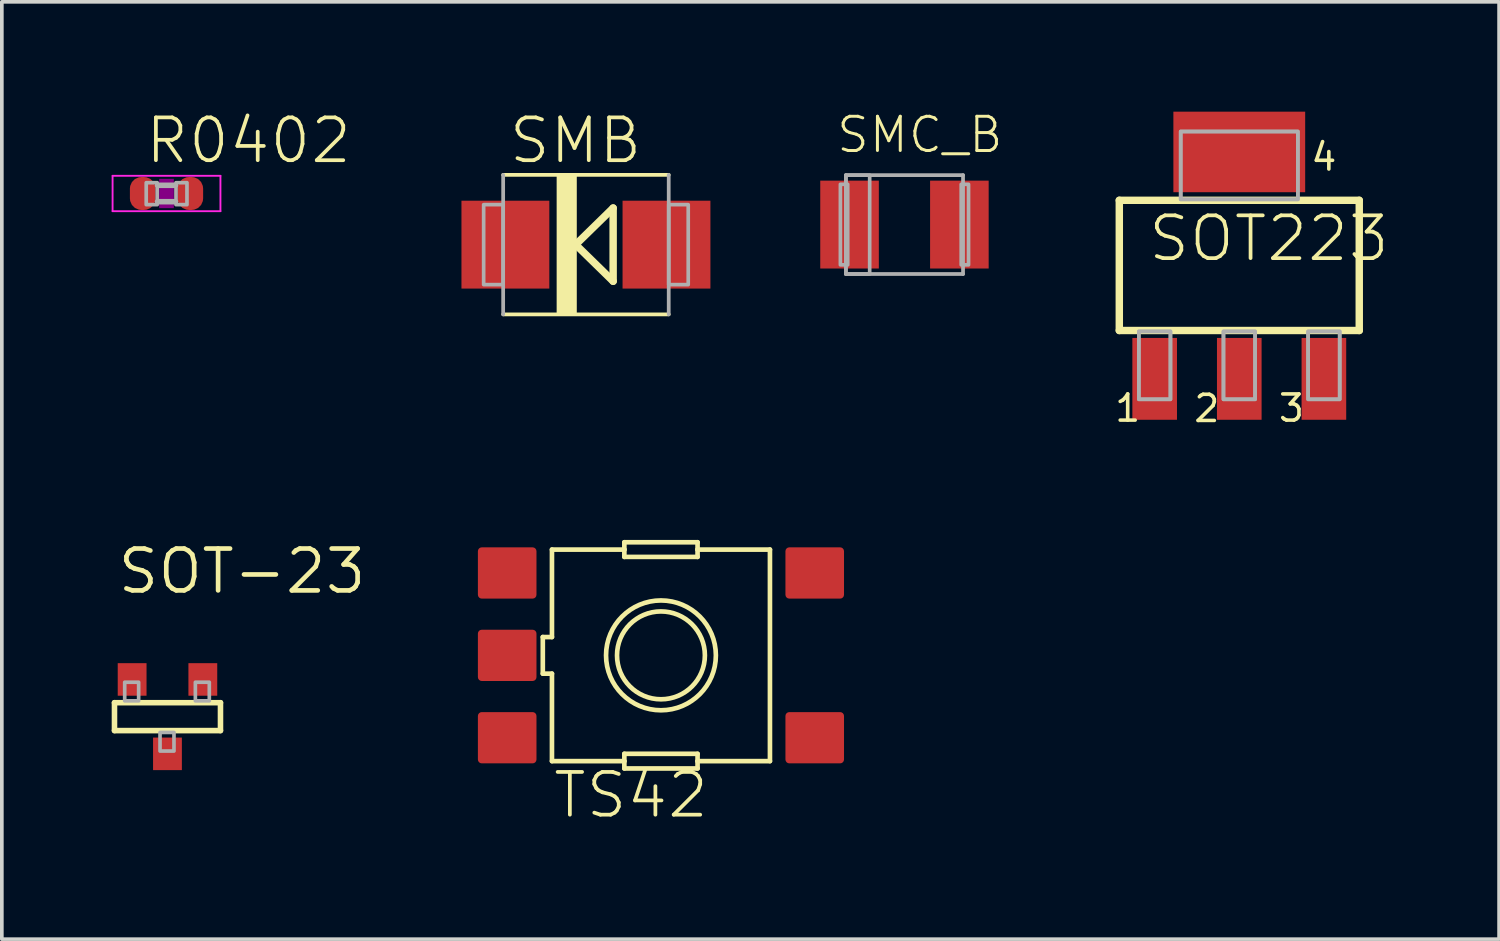
<source format=kicad_pcb>
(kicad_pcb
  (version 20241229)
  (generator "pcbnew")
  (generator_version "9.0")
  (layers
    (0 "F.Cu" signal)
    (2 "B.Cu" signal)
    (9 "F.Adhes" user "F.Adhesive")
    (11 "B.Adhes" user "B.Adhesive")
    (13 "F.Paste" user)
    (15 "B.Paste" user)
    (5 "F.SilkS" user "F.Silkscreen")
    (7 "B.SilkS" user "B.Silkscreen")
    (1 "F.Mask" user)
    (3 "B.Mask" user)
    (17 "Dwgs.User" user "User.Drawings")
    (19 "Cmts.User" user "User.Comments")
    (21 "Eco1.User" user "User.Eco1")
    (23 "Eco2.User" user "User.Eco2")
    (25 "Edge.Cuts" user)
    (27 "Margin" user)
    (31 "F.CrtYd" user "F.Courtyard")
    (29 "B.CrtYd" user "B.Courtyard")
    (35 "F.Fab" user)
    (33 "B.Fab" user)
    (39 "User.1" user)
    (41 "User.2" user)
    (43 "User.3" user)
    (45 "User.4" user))
  (footprint "SMC_B"
    (layer "F.Cu")
    (at 21.654 3.084)
    (property "Reference" "SMC_B" (at -1.905 -1.905 0) (layer "F.SilkS") (effects (font (size 0.935 0.935) (thickness 0.081)) (justify left bottom)))
    (fp_line (start -1.6 -1.35) (end 1.6 -1.35) (stroke (width 0.102) (type solid)) (layer "F.Fab"))
    (fp_line (start -1.6 1.35) (end -1.6 -1.35) (stroke (width 0.102) (type solid)) (layer "F.Fab"))
    (fp_line (start 1.6 -1.35) (end 1.6 1.35) (stroke (width 0.102) (type solid)) (layer "F.Fab"))
    (fp_line (start 1.6 1.35) (end -1.6 1.35) (stroke (width 0.102) (type solid)) (layer "F.Fab"))
    (fp_poly (pts (xy -1.75 1.1) (xy -1.55 1.1) (xy -1.55 -1.1) (xy -1.75 -1.1)) (stroke (width 0.1) (type solid)) (fill no) (layer "F.Fab"))
    (fp_poly (pts (xy -1.6 1.35) (xy -0.95 1.35) (xy -0.95 -1.35) (xy -1.6 -1.35)) (stroke (width 0.1) (type solid)) (fill no) (layer "F.Fab"))
    (fp_poly (pts (xy 1.75 -1.1) (xy 1.55 -1.1) (xy 1.55 1.1) (xy 1.75 1.1)) (stroke (width 0.1) (type solid)) (fill no) (layer "F.Fab"))
    (pad "+" smd rect (at -1.5 0) (size 1.6 2.4) (layers "F.Cu" "F.Mask" "F.Paste"))
    (pad "-" smd rect (at 1.5 0 180) (size 1.6 2.4) (layers "F.Cu" "F.Mask" "F.Paste")))
  (footprint "TS42"
    (layer "F.Cu")
    (at 15.003 14.85)
    (property "Reference" "TS42" (at -3 4.5 0) (layer "F.SilkS") (effects (font (size 1.168 1.168) (thickness 0.102)) (justify left bottom)))
    (fp_line (start -3.227 -0.5) (end -3.227 0.5) (stroke (width 0.127) (type solid)) (layer "F.SilkS"))
    (fp_line (start -3.227 0.5) (end -2.977 0.5) (stroke (width 0.127) (type solid)) (layer "F.SilkS"))
    (fp_line (start -2.977 -2.889) (end -2.977 -0.5) (stroke (width 0.127) (type solid)) (layer "F.SilkS"))
    (fp_line (start -2.977 -2.889) (end -1 -2.889) (stroke (width 0.127) (type solid)) (layer "F.SilkS"))
    (fp_line (start -2.977 -0.5) (end -3.227 -0.5) (stroke (width 0.127) (type solid)) (layer "F.SilkS"))
    (fp_line (start -2.977 0.5) (end -2.977 2.889) (stroke (width 0.127) (type solid)) (layer "F.SilkS"))
    (fp_line (start -1 -3.089) (end -1 -2.889) (stroke (width 0.127) (type solid)) (layer "F.SilkS"))
    (fp_line (start -1 -2.889) (end -1 -2.689) (stroke (width 0.127) (type solid)) (layer "F.SilkS"))
    (fp_line (start -1 -2.689) (end 1 -2.689) (stroke (width 0.127) (type solid)) (layer "F.SilkS"))
    (fp_line (start -1 2.689) (end -1 2.889) (stroke (width 0.127) (type solid)) (layer "F.SilkS"))
    (fp_line (start -1 2.889) (end -2.977 2.889) (stroke (width 0.127) (type solid)) (layer "F.SilkS"))
    (fp_line (start -1 2.889) (end -1 3.089) (stroke (width 0.127) (type solid)) (layer "F.SilkS"))
    (fp_line (start -1 3.089) (end 1 3.089) (stroke (width 0.127) (type solid)) (layer "F.SilkS"))
    (fp_line (start 1 -3.089) (end -1 -3.089) (stroke (width 0.127) (type solid)) (layer "F.SilkS"))
    (fp_line (start 1 -2.889) (end 1 -3.089) (stroke (width 0.127) (type solid)) (layer "F.SilkS"))
    (fp_line (start 1 -2.889) (end 2.977 -2.889) (stroke (width 0.127) (type solid)) (layer "F.SilkS"))
    (fp_line (start 1 -2.689) (end 1 -2.889) (stroke (width 0.127) (type solid)) (layer "F.SilkS"))
    (fp_line (start 1 2.689) (end -1 2.689) (stroke (width 0.127) (type solid)) (layer "F.SilkS"))
    (fp_line (start 1 2.889) (end 1 2.689) (stroke (width 0.127) (type solid)) (layer "F.SilkS"))
    (fp_line (start 1 2.889) (end 2.977 2.889) (stroke (width 0.127) (type solid)) (layer "F.SilkS"))
    (fp_line (start 1 3.089) (end 1 2.889) (stroke (width 0.127) (type solid)) (layer "F.SilkS"))
    (fp_line (start 2.977 2.889) (end 2.977 -2.889) (stroke (width 0.127) (type solid)) (layer "F.SilkS"))
    (fp_circle (center 0 0) (end 1.2 0) (stroke (width 0.127) (type solid)) (fill no) (layer "F.SilkS"))
    (fp_circle (center 0 0) (end 1.5 0) (stroke (width 0.127) (type solid)) (fill no) (layer "F.SilkS"))
    (fp_poly (pts (xy -4.699 0.381) (xy -3.81 0.381) (xy -3.81 -0.381) (xy -4.699 -0.381)) (stroke (width 0) (type solid)) (fill yes) (layer "F.Paste"))
    (pad "1" smd roundrect (at -4.2 -2.25) (size 1.6 1.4) (layers "F.Cu" "F.Mask" "F.Paste") (roundrect_rratio 0.075))
    (pad "2" smd roundrect (at 4.2 -2.25) (size 1.6 1.4) (layers "F.Cu" "F.Mask" "F.Paste") (roundrect_rratio 0.075))
    (pad "3" smd roundrect (at -4.2 2.25) (size 1.6 1.4) (layers "F.Cu" "F.Mask" "F.Paste") (roundrect_rratio 0.075))
    (pad "4" smd roundrect (at 4.2 2.25) (size 1.6 1.4) (layers "F.Cu" "F.Mask" "F.Paste") (roundrect_rratio 0.075))
    (pad "5" smd roundrect (at -4.2 0) (size 1.6 1.4) (layers "F.Cu" "F.Mask") (roundrect_rratio 0.075)))
  (footprint "SMB"
    (layer "F.Cu")
    (at 12.954 3.632)
    (property "Reference" "SMB" (at -2.159 -2.159 0) (layer "F.SilkS") (effects (font (size 1.168 1.168) (thickness 0.102)) (justify left bottom)))
    (fp_line (start -2.261 -1.905) (end 2.261 -1.905) (stroke (width 0.102) (type solid)) (layer "F.SilkS"))
    (fp_line (start -2.261 1.905) (end 2.261 1.905) (stroke (width 0.102) (type solid)) (layer "F.SilkS"))
    (fp_line (start -0.28 0) (end 0.743 1) (stroke (width 0.203) (type solid)) (layer "F.SilkS"))
    (fp_line (start 0.743 -1) (end -0.28 0) (stroke (width 0.203) (type solid)) (layer "F.SilkS"))
    (fp_line (start 0.743 1) (end 0.743 -1) (stroke (width 0.203) (type solid)) (layer "F.SilkS"))
    (fp_poly (pts (xy -0.8 1.9) (xy -0.25 1.9) (xy -0.25 -1.9) (xy -0.8 -1.9)) (stroke (width 0) (type solid)) (fill yes) (layer "F.SilkS"))
    (fp_line (start -2.261 1.905) (end -2.261 -1.905) (stroke (width 0.102) (type solid)) (layer "F.Fab"))
    (fp_line (start 2.261 1.905) (end 2.261 -1.905) (stroke (width 0.102) (type solid)) (layer "F.Fab"))
    (fp_poly (pts (xy -2.794 1.092) (xy -2.261 1.092) (xy -2.261 -1.092) (xy -2.794 -1.092)) (stroke (width 0.1) (type solid)) (fill no) (layer "F.Fab"))
    (fp_poly (pts (xy 2.261 1.092) (xy 2.794 1.092) (xy 2.794 -1.092) (xy 2.261 -1.092)) (stroke (width 0.1) (type solid)) (fill no) (layer "F.Fab"))
    (pad "A" smd rect (at 2.2 0) (size 2.4 2.4) (layers "F.Cu" "F.Mask" "F.Paste"))
    (pad "C" smd rect (at -2.2 0) (size 2.4 2.4) (layers "F.Cu" "F.Mask" "F.Paste")))
  (footprint "SOT-23"
    (layer "F.Cu")
    (at 1.499 16.524)
    (property "Reference" "SOT-23" (at -1.397 -3.302 0) (layer "F.SilkS") (effects (font (size 1.143 1.143) (thickness 0.127)) (justify left bottom)))
    (fp_line (start -1.422 -0.381) (end 1.473 -0.381) (stroke (width 0.152) (type solid)) (layer "F.SilkS"))
    (fp_line (start -1.422 0.381) (end -1.422 -0.381) (stroke (width 0.152) (type solid)) (layer "F.SilkS"))
    (fp_line (start 1.473 -0.381) (end 1.473 0.381) (stroke (width 0.152) (type solid)) (layer "F.SilkS"))
    (fp_line (start 1.473 0.381) (end -1.422 0.381) (stroke (width 0.152) (type solid)) (layer "F.SilkS"))
    (fp_poly (pts (xy -1.143 -0.432) (xy -0.762 -0.432) (xy -0.762 -0.94) (xy -1.143 -0.94)) (stroke (width 0.1) (type solid)) (fill no) (layer "F.Fab"))
    (fp_poly (pts (xy -0.178 0.94) (xy 0.203 0.94) (xy 0.203 0.432) (xy -0.178 0.432)) (stroke (width 0.1) (type solid)) (fill no) (layer "F.Fab"))
    (fp_poly (pts (xy 0.787 -0.432) (xy 1.168 -0.432) (xy 1.168 -0.94) (xy 0.787 -0.94)) (stroke (width 0.1) (type solid)) (fill no) (layer "F.Fab"))
    (pad "1" smd rect (at 0.025 1.016) (size 0.787 0.889) (layers "F.Cu" "F.Mask" "F.Paste"))
    (pad "2" smd rect (at -0.94 -1.016) (size 0.787 0.889) (layers "F.Cu" "F.Mask" "F.Paste"))
    (pad "3" smd rect (at 0.991 -1.016) (size 0.787 0.889) (layers "F.Cu" "F.Mask" "F.Paste")))
  (footprint "R0402"
    (layer "F.Cu")
    (at 1.498 2.235)
    (property "Reference" "R0402" (at -0.635 -0.762 0) (layer "F.SilkS") (effects (font (size 1.168 1.168) (thickness 0.102)) (justify left bottom)))
    (fp_poly (pts (xy -0.2 0.4) (xy 0.2 0.4) (xy 0.2 -0.4) (xy -0.2 -0.4)) (stroke (width 0) (type solid)) (fill yes) (layer "F.Adhes"))
    (fp_line (start -1.473 -0.483) (end 1.473 -0.483) (stroke (width 0.051) (type solid)) (layer "F.CrtYd"))
    (fp_line (start -1.473 0.483) (end -1.473 -0.483) (stroke (width 0.051) (type solid)) (layer "F.CrtYd"))
    (fp_line (start 1.473 -0.483) (end 1.473 0.483) (stroke (width 0.051) (type solid)) (layer "F.CrtYd"))
    (fp_line (start 1.473 0.483) (end -1.473 0.483) (stroke (width 0.051) (type solid)) (layer "F.CrtYd"))
    (fp_line (start -0.245 -0.224) (end 0.245 -0.224) (stroke (width 0.152) (type solid)) (layer "F.Fab"))
    (fp_line (start 0.245 0.224) (end -0.245 0.224) (stroke (width 0.152) (type solid)) (layer "F.Fab"))
    (fp_poly (pts (xy -0.554 0.305) (xy -0.254 0.305) (xy -0.254 -0.295) (xy -0.554 -0.295)) (stroke (width 0.1) (type solid)) (fill no) (layer "F.Fab"))
    (fp_poly (pts (xy 0.259 0.305) (xy 0.559 0.305) (xy 0.559 -0.295) (xy 0.259 -0.295)) (stroke (width 0.1) (type solid)) (fill no) (layer "F.Fab"))
    (pad "1" smd roundrect (at -0.65 0) (size 0.7 0.9) (layers "F.Cu" "F.Mask" "F.Paste") (roundrect_rratio 0.45))
    (pad "2" smd roundrect (at 0.65 0) (size 0.7 0.9) (layers "F.Cu" "F.Mask" "F.Paste") (roundrect_rratio 0.45)))
  (footprint "SOT223"
    (layer "F.Cu")
    (at 30.799 4.199)
    (property "Reference" "SOT223" (at -2.54 -0.051 0) (layer "F.SilkS") (effects (font (size 1.168 1.168) (thickness 0.102)) (justify left bottom)))
    (fp_line (start -3.277 -1.778) (end 3.277 -1.778) (stroke (width 0.203) (type solid)) (layer "F.SilkS"))
    (fp_line (start -3.277 1.778) (end -3.277 -1.778) (stroke (width 0.203) (type solid)) (layer "F.SilkS"))
    (fp_line (start 3.277 -1.778) (end 3.277 1.778) (stroke (width 0.203) (type solid)) (layer "F.SilkS"))
    (fp_line (start 3.277 1.778) (end -3.277 1.778) (stroke (width 0.203) (type solid)) (layer "F.SilkS"))
    (fp_poly (pts (xy -2.743 3.658) (xy -1.88 3.658) (xy -1.88 1.803) (xy -2.743 1.803)) (stroke (width 0.1) (type solid)) (fill no) (layer "F.Fab"))
    (fp_poly (pts (xy -2.743 3.658) (xy -1.88 3.658) (xy -1.88 1.803) (xy -2.743 1.803)) (stroke (width 0.1) (type solid)) (fill no) (layer "F.Fab"))
    (fp_poly (pts (xy -1.6 -1.803) (xy 1.6 -1.803) (xy 1.6 -3.658) (xy -1.6 -3.658)) (stroke (width 0.1) (type solid)) (fill no) (layer "F.Fab"))
    (fp_poly (pts (xy -1.6 -1.803) (xy 1.6 -1.803) (xy 1.6 -3.658) (xy -1.6 -3.658)) (stroke (width 0.1) (type solid)) (fill no) (layer "F.Fab"))
    (fp_poly (pts (xy -0.432 3.658) (xy 0.432 3.658) (xy 0.432 1.803) (xy -0.432 1.803)) (stroke (width 0.1) (type solid)) (fill no) (layer "F.Fab"))
    (fp_poly (pts (xy -0.432 3.658) (xy 0.432 3.658) (xy 0.432 1.803) (xy -0.432 1.803)) (stroke (width 0.1) (type solid)) (fill no) (layer "F.Fab"))
    (fp_poly (pts (xy 1.88 3.658) (xy 2.743 3.658) (xy 2.743 1.803) (xy 1.88 1.803)) (stroke (width 0.1) (type solid)) (fill no) (layer "F.Fab"))
    (fp_poly (pts (xy 1.88 3.658) (xy 2.743 3.658) (xy 2.743 1.803) (xy 1.88 1.803)) (stroke (width 0.1) (type solid)) (fill no) (layer "F.Fab"))
    (fp_text user "1" (at -3.453 4.318 0) (layer "F.SilkS") (effects (font (size 0.715 0.715) (thickness 0.098)) (justify left bottom)))
    (fp_text user "2" (at -1.291 4.327 0) (layer "F.SilkS") (effects (font (size 0.715 0.715) (thickness 0.098)) (justify left bottom)))
    (fp_text user "4" (at 1.905 -2.54 0) (layer "F.SilkS") (effects (font (size 0.715 0.715) (thickness 0.098)) (justify left bottom)))
    (fp_text user "3" (at 1.021 4.318 0) (layer "F.SilkS") (effects (font (size 0.715 0.715) (thickness 0.098)) (justify left bottom)))
    (pad "1" smd rect (at -2.311 3.099) (size 1.219 2.235) (layers "F.Cu" "F.Mask" "F.Paste"))
    (pad "2" smd rect (at 0 3.099) (size 1.219 2.235) (layers "F.Cu" "F.Mask" "F.Paste"))
    (pad "3" smd rect (at 2.311 3.099) (size 1.219 2.235) (layers "F.Cu" "F.Mask" "F.Paste"))
    (pad "4" smd rect (at 0 -3.099) (size 3.6 2.2) (layers "F.Cu" "F.Mask" "F.Paste")))
  (gr_rect
    (start -3 -3)
    (end 37.895 22.601)
    (stroke (width 0.1) (type default))
    (fill no)
    (layer "Edge.Cuts")))
</source>
